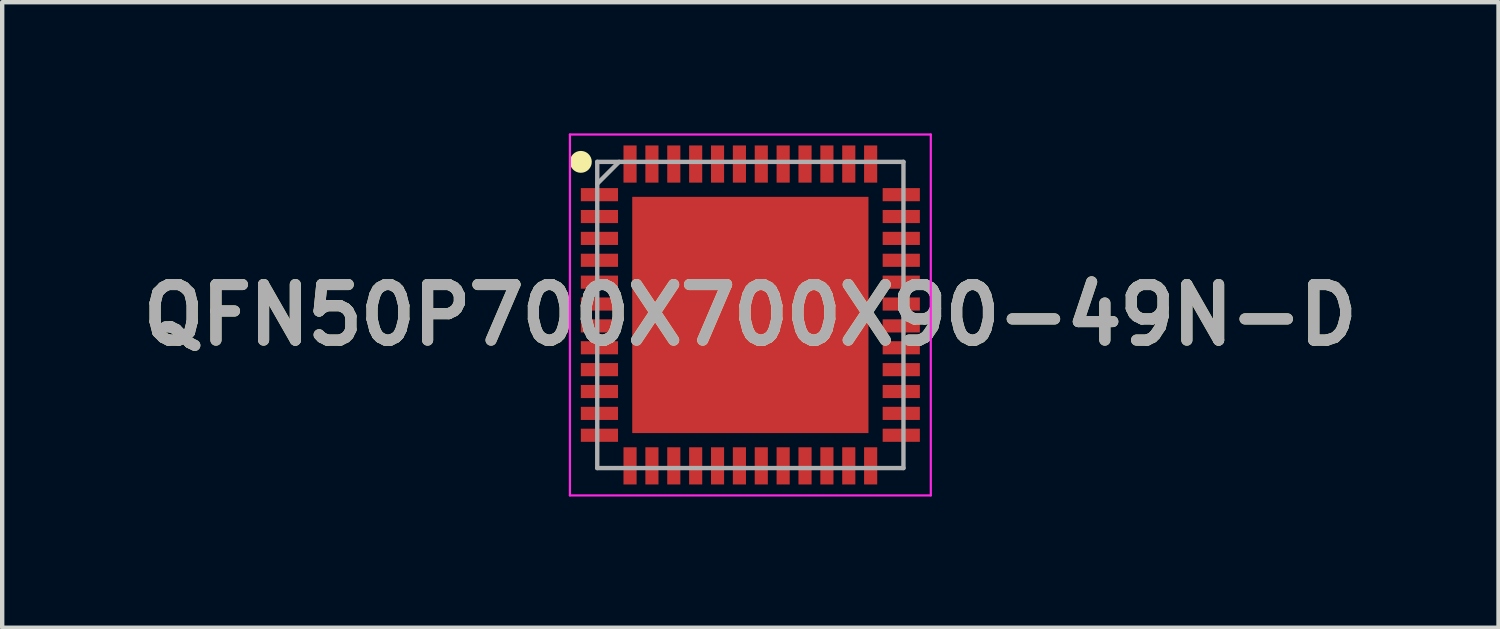
<source format=kicad_pcb>
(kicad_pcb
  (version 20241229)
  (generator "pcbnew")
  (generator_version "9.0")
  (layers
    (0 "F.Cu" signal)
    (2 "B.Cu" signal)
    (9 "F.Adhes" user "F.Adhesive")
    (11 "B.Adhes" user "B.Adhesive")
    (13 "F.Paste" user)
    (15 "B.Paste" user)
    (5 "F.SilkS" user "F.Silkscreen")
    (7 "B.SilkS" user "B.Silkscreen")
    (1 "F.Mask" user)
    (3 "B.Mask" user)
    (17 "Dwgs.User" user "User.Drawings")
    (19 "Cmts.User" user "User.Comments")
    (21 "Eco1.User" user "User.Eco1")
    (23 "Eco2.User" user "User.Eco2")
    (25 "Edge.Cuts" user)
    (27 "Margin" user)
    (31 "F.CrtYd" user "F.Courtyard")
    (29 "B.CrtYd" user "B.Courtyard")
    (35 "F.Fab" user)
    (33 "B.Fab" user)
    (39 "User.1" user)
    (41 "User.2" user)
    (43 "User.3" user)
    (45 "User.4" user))
  (footprint "QFN50P700X700X90-49N-D"
    (layer "F.Cu")
    (at 14.103 4.15)
    (property "Reference" "QFN50P700X700X90-49N-D" (at 0 0 0) (layer "F.SilkS") (effects (font (size 1.27 1.27) (thickness 0.254))))
    (attr smd)
    (fp_circle (center -3.875 -3.5) (end -3.875 -3.375) (stroke (width 0.25) (type solid)) (fill no) (layer "F.SilkS"))
    (fp_line (start -4.125 -4.125) (end 4.125 -4.125) (stroke (width 0.05) (type solid)) (layer "F.CrtYd"))
    (fp_line (start -4.125 4.125) (end -4.125 -4.125) (stroke (width 0.05) (type solid)) (layer "F.CrtYd"))
    (fp_line (start 4.125 -4.125) (end 4.125 4.125) (stroke (width 0.05) (type solid)) (layer "F.CrtYd"))
    (fp_line (start 4.125 4.125) (end -4.125 4.125) (stroke (width 0.05) (type solid)) (layer "F.CrtYd"))
    (fp_line (start -3.5 -3.5) (end 3.5 -3.5) (stroke (width 0.1) (type solid)) (layer "F.Fab"))
    (fp_line (start -3.5 -3) (end -3 -3.5) (stroke (width 0.1) (type solid)) (layer "F.Fab"))
    (fp_line (start -3.5 3.5) (end -3.5 -3.5) (stroke (width 0.1) (type solid)) (layer "F.Fab"))
    (fp_line (start 3.5 -3.5) (end 3.5 3.5) (stroke (width 0.1) (type solid)) (layer "F.Fab"))
    (fp_line (start 3.5 3.5) (end -3.5 3.5) (stroke (width 0.1) (type solid)) (layer "F.Fab"))
    (fp_text user "${REFERENCE}" (at 0 0 0) (layer "F.Fab") (effects (font (size 1.27 1.27) (thickness 0.254))))
    (pad "1" smd rect (at -3.45 -2.75 90) (size 0.3 0.85) (layers "F.Cu" "F.Mask" "F.Paste"))
    (pad "2" smd rect (at -3.45 -2.25 90) (size 0.3 0.85) (layers "F.Cu" "F.Mask" "F.Paste"))
    (pad "3" smd rect (at -3.45 -1.75 90) (size 0.3 0.85) (layers "F.Cu" "F.Mask" "F.Paste"))
    (pad "4" smd rect (at -3.45 -1.25 90) (size 0.3 0.85) (layers "F.Cu" "F.Mask" "F.Paste"))
    (pad "5" smd rect (at -3.45 -0.75 90) (size 0.3 0.85) (layers "F.Cu" "F.Mask" "F.Paste"))
    (pad "6" smd rect (at -3.45 -0.25 90) (size 0.3 0.85) (layers "F.Cu" "F.Mask" "F.Paste"))
    (pad "7" smd rect (at -3.45 0.25 90) (size 0.3 0.85) (layers "F.Cu" "F.Mask" "F.Paste"))
    (pad "8" smd rect (at -3.45 0.75 90) (size 0.3 0.85) (layers "F.Cu" "F.Mask" "F.Paste"))
    (pad "9" smd rect (at -3.45 1.25 90) (size 0.3 0.85) (layers "F.Cu" "F.Mask" "F.Paste"))
    (pad "10" smd rect (at -3.45 1.75 90) (size 0.3 0.85) (layers "F.Cu" "F.Mask" "F.Paste"))
    (pad "11" smd rect (at -3.45 2.25 90) (size 0.3 0.85) (layers "F.Cu" "F.Mask" "F.Paste"))
    (pad "12" smd rect (at -3.45 2.75 90) (size 0.3 0.85) (layers "F.Cu" "F.Mask" "F.Paste"))
    (pad "13" smd rect (at -2.75 3.45) (size 0.3 0.85) (layers "F.Cu" "F.Mask" "F.Paste"))
    (pad "14" smd rect (at -2.25 3.45) (size 0.3 0.85) (layers "F.Cu" "F.Mask" "F.Paste"))
    (pad "15" smd rect (at -1.75 3.45) (size 0.3 0.85) (layers "F.Cu" "F.Mask" "F.Paste"))
    (pad "16" smd rect (at -1.25 3.45) (size 0.3 0.85) (layers "F.Cu" "F.Mask" "F.Paste"))
    (pad "17" smd rect (at -0.75 3.45) (size 0.3 0.85) (layers "F.Cu" "F.Mask" "F.Paste"))
    (pad "18" smd rect (at -0.25 3.45) (size 0.3 0.85) (layers "F.Cu" "F.Mask" "F.Paste"))
    (pad "19" smd rect (at 0.25 3.45) (size 0.3 0.85) (layers "F.Cu" "F.Mask" "F.Paste"))
    (pad "20" smd rect (at 0.75 3.45) (size 0.3 0.85) (layers "F.Cu" "F.Mask" "F.Paste"))
    (pad "21" smd rect (at 1.25 3.45) (size 0.3 0.85) (layers "F.Cu" "F.Mask" "F.Paste"))
    (pad "22" smd rect (at 1.75 3.45) (size 0.3 0.85) (layers "F.Cu" "F.Mask" "F.Paste"))
    (pad "23" smd rect (at 2.25 3.45) (size 0.3 0.85) (layers "F.Cu" "F.Mask" "F.Paste"))
    (pad "24" smd rect (at 2.75 3.45) (size 0.3 0.85) (layers "F.Cu" "F.Mask" "F.Paste"))
    (pad "25" smd rect (at 3.45 2.75 90) (size 0.3 0.85) (layers "F.Cu" "F.Mask" "F.Paste"))
    (pad "26" smd rect (at 3.45 2.25 90) (size 0.3 0.85) (layers "F.Cu" "F.Mask" "F.Paste"))
    (pad "27" smd rect (at 3.45 1.75 90) (size 0.3 0.85) (layers "F.Cu" "F.Mask" "F.Paste"))
    (pad "28" smd rect (at 3.45 1.25 90) (size 0.3 0.85) (layers "F.Cu" "F.Mask" "F.Paste"))
    (pad "29" smd rect (at 3.45 0.75 90) (size 0.3 0.85) (layers "F.Cu" "F.Mask" "F.Paste"))
    (pad "30" smd rect (at 3.45 0.25 90) (size 0.3 0.85) (layers "F.Cu" "F.Mask" "F.Paste"))
    (pad "31" smd rect (at 3.45 -0.25 90) (size 0.3 0.85) (layers "F.Cu" "F.Mask" "F.Paste"))
    (pad "32" smd rect (at 3.45 -0.75 90) (size 0.3 0.85) (layers "F.Cu" "F.Mask" "F.Paste"))
    (pad "33" smd rect (at 3.45 -1.25 90) (size 0.3 0.85) (layers "F.Cu" "F.Mask" "F.Paste"))
    (pad "34" smd rect (at 3.45 -1.75 90) (size 0.3 0.85) (layers "F.Cu" "F.Mask" "F.Paste"))
    (pad "35" smd rect (at 3.45 -2.25 90) (size 0.3 0.85) (layers "F.Cu" "F.Mask" "F.Paste"))
    (pad "36" smd rect (at 3.45 -2.75 90) (size 0.3 0.85) (layers "F.Cu" "F.Mask" "F.Paste"))
    (pad "37" smd rect (at 2.75 -3.45) (size 0.3 0.85) (layers "F.Cu" "F.Mask" "F.Paste"))
    (pad "38" smd rect (at 2.25 -3.45) (size 0.3 0.85) (layers "F.Cu" "F.Mask" "F.Paste"))
    (pad "39" smd rect (at 1.75 -3.45) (size 0.3 0.85) (layers "F.Cu" "F.Mask" "F.Paste"))
    (pad "40" smd rect (at 1.25 -3.45) (size 0.3 0.85) (layers "F.Cu" "F.Mask" "F.Paste"))
    (pad "41" smd rect (at 0.75 -3.45) (size 0.3 0.85) (layers "F.Cu" "F.Mask" "F.Paste"))
    (pad "42" smd rect (at 0.25 -3.45) (size 0.3 0.85) (layers "F.Cu" "F.Mask" "F.Paste"))
    (pad "43" smd rect (at -0.25 -3.45) (size 0.3 0.85) (layers "F.Cu" "F.Mask" "F.Paste"))
    (pad "44" smd rect (at -0.75 -3.45) (size 0.3 0.85) (layers "F.Cu" "F.Mask" "F.Paste"))
    (pad "45" smd rect (at -1.25 -3.45) (size 0.3 0.85) (layers "F.Cu" "F.Mask" "F.Paste"))
    (pad "46" smd rect (at -1.75 -3.45) (size 0.3 0.85) (layers "F.Cu" "F.Mask" "F.Paste"))
    (pad "47" smd rect (at -2.25 -3.45) (size 0.3 0.85) (layers "F.Cu" "F.Mask" "F.Paste"))
    (pad "48" smd rect (at -2.75 -3.45) (size 0.3 0.85) (layers "F.Cu" "F.Mask" "F.Paste"))
    (pad "49" smd rect (at 0 0) (size 5.4 5.4) (layers "F.Cu" "F.Mask" "F.Paste")))
  (gr_rect
    (start -3 -3)
    (end 31.206 11.3)
    (stroke (width 0.1) (type default))
    (fill no)
    (layer "Edge.Cuts")))
</source>
